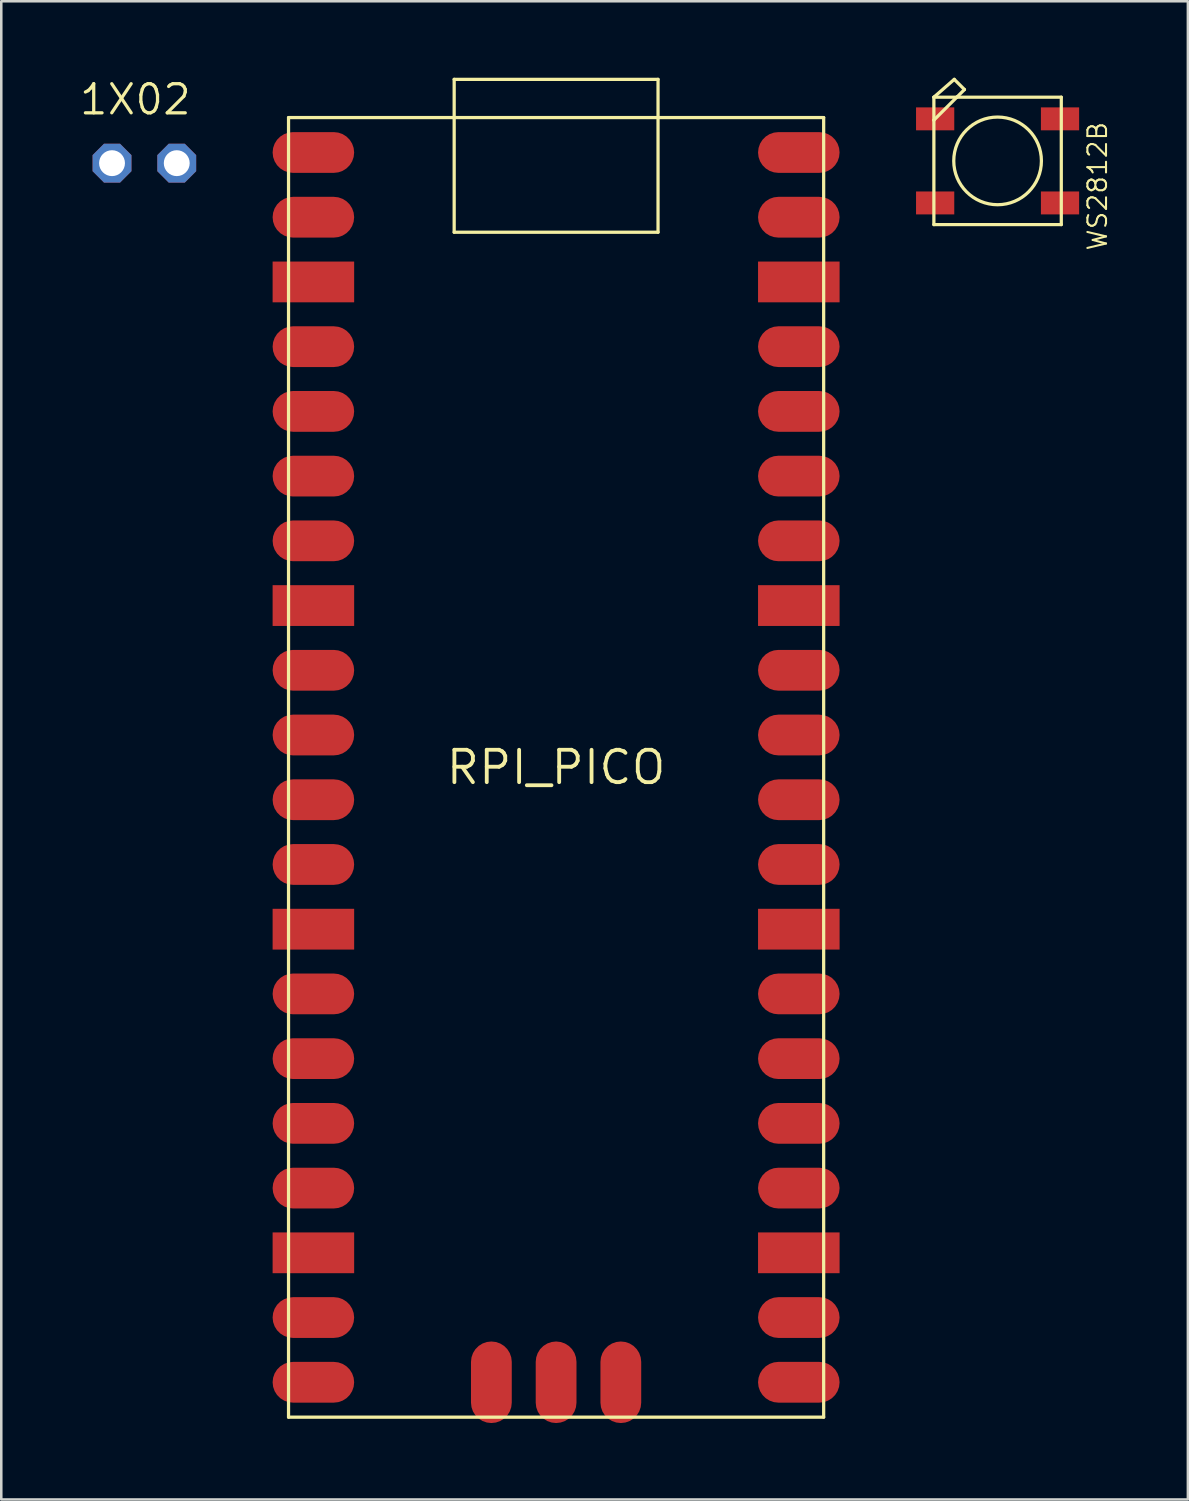
<source format=kicad_pcb>
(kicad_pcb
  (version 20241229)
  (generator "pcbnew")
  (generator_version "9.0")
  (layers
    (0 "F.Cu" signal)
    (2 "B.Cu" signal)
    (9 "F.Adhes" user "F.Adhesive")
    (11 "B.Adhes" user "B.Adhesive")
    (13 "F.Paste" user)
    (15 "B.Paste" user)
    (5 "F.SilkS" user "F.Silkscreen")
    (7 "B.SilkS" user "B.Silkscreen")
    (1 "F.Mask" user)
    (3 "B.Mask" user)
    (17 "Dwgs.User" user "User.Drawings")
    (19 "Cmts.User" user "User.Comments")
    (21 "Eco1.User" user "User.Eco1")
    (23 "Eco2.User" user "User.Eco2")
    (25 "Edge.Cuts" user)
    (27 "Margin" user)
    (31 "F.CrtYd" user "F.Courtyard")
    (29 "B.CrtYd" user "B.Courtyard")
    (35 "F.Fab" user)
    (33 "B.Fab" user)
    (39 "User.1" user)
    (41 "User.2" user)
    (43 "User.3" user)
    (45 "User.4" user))
  (footprint "RPI_PICO"
    (layer "F.Cu")
    (at 18.773 27.064)
    (property "Reference" "RPI_PICO" (at 0 0 0) (layer "F.SilkS") (effects (font (size 1.27 1.27) (thickness 0.15))))
    (fp_line (start -10.5 -25.5) (end -4 -25.5) (stroke (width 0.127) (type solid)) (layer "F.SilkS"))
    (fp_line (start -10.5 25.5) (end -10.5 -25.5) (stroke (width 0.127) (type solid)) (layer "F.SilkS"))
    (fp_line (start -4 -27) (end 4 -27) (stroke (width 0.127) (type solid)) (layer "F.SilkS"))
    (fp_line (start -4 -25.5) (end -4 -27) (stroke (width 0.127) (type solid)) (layer "F.SilkS"))
    (fp_line (start -4 -25.5) (end -4 -21) (stroke (width 0.127) (type solid)) (layer "F.SilkS"))
    (fp_line (start -4 -25.5) (end 4 -25.5) (stroke (width 0.127) (type solid)) (layer "F.SilkS"))
    (fp_line (start -4 -21) (end 4 -21) (stroke (width 0.127) (type solid)) (layer "F.SilkS"))
    (fp_line (start 4 -27) (end 4 -25.5) (stroke (width 0.127) (type solid)) (layer "F.SilkS"))
    (fp_line (start 4 -25.5) (end 10.5 -25.5) (stroke (width 0.127) (type solid)) (layer "F.SilkS"))
    (fp_line (start 4 -21) (end 4 -25.5) (stroke (width 0.127) (type solid)) (layer "F.SilkS"))
    (fp_line (start 10.5 -25.5) (end 10.5 25.5) (stroke (width 0.127) (type solid)) (layer "F.SilkS"))
    (fp_line (start 10.5 25.5) (end -10.5 25.5) (stroke (width 0.127) (type solid)) (layer "F.SilkS"))
    (pad "3V3" smd roundrect (at 9.525 -13.97 90) (size 1.6 3.2) (layers "F.Cu" "F.Mask" "F.Paste") (roundrect_rratio 0.5))
    (pad "3V3_EN" smd roundrect (at 9.525 -16.51 90) (size 1.6 3.2) (layers "F.Cu" "F.Mask" "F.Paste") (roundrect_rratio 0.5))
    (pad "ADC_VREF" smd roundrect (at 9.525 -11.43 90) (size 1.6 3.2) (layers "F.Cu" "F.Mask" "F.Paste") (roundrect_rratio 0.5))
    (pad "AGND" smd rect (at 9.525 -6.35 90) (size 1.6 3.2) (layers "F.Cu" "F.Mask" "F.Paste"))
    (pad "GND@1" smd rect (at -9.525 -19.05 90) (size 1.6 3.2) (layers "F.Cu" "F.Mask" "F.Paste"))
    (pad "GND@2" smd rect (at -9.525 -6.35 90) (size 1.6 3.2) (layers "F.Cu" "F.Mask" "F.Paste"))
    (pad "GND@3" smd rect (at -9.525 6.35 90) (size 1.6 3.2) (layers "F.Cu" "F.Mask" "F.Paste"))
    (pad "GND@4" smd rect (at -9.525 19.05 90) (size 1.6 3.2) (layers "F.Cu" "F.Mask" "F.Paste"))
    (pad "GND@5" smd roundrect (at 0 24.13) (size 1.6 3.2) (layers "F.Cu" "F.Mask" "F.Paste") (roundrect_rratio 0.5))
    (pad "GND@6" smd rect (at 9.525 19.05 90) (size 1.6 3.2) (layers "F.Cu" "F.Mask" "F.Paste"))
    (pad "GND@7" smd rect (at 9.525 6.35 90) (size 1.6 3.2) (layers "F.Cu" "F.Mask" "F.Paste"))
    (pad "GND@8" smd rect (at 9.525 -19.05 90) (size 1.6 3.2) (layers "F.Cu" "F.Mask" "F.Paste"))
    (pad "GP0" smd roundrect (at -9.525 -24.13 90) (size 1.6 3.2) (layers "F.Cu" "F.Mask" "F.Paste") (roundrect_rratio 0.5))
    (pad "GP1" smd roundrect (at -9.525 -21.59 90) (size 1.6 3.2) (layers "F.Cu" "F.Mask" "F.Paste") (roundrect_rratio 0.5))
    (pad "GP2" smd roundrect (at -9.525 -16.51 90) (size 1.6 3.2) (layers "F.Cu" "F.Mask" "F.Paste") (roundrect_rratio 0.5))
    (pad "GP3" smd roundrect (at -9.525 -13.97 90) (size 1.6 3.2) (layers "F.Cu" "F.Mask" "F.Paste") (roundrect_rratio 0.5))
    (pad "GP4" smd roundrect (at -9.525 -11.43 90) (size 1.6 3.2) (layers "F.Cu" "F.Mask" "F.Paste") (roundrect_rratio 0.5))
    (pad "GP5" smd roundrect (at -9.525 -8.89 90) (size 1.6 3.2) (layers "F.Cu" "F.Mask" "F.Paste") (roundrect_rratio 0.5))
    (pad "GP6" smd roundrect (at -9.525 -3.81 90) (size 1.6 3.2) (layers "F.Cu" "F.Mask" "F.Paste") (roundrect_rratio 0.5))
    (pad "GP7" smd roundrect (at -9.525 -1.27 90) (size 1.6 3.2) (layers "F.Cu" "F.Mask" "F.Paste") (roundrect_rratio 0.5))
    (pad "GP8" smd roundrect (at -9.525 1.27 90) (size 1.6 3.2) (layers "F.Cu" "F.Mask" "F.Paste") (roundrect_rratio 0.5))
    (pad "GP9" smd roundrect (at -9.525 3.81 90) (size 1.6 3.2) (layers "F.Cu" "F.Mask" "F.Paste") (roundrect_rratio 0.5))
    (pad "GP10" smd roundrect (at -9.525 8.89 90) (size 1.6 3.2) (layers "F.Cu" "F.Mask" "F.Paste") (roundrect_rratio 0.5))
    (pad "GP11" smd roundrect (at -9.525 11.43 90) (size 1.6 3.2) (layers "F.Cu" "F.Mask" "F.Paste") (roundrect_rratio 0.5))
    (pad "GP12" smd roundrect (at -9.525 13.97 90) (size 1.6 3.2) (layers "F.Cu" "F.Mask" "F.Paste") (roundrect_rratio 0.5))
    (pad "GP13" smd roundrect (at -9.525 16.51 90) (size 1.6 3.2) (layers "F.Cu" "F.Mask" "F.Paste") (roundrect_rratio 0.5))
    (pad "GP14" smd roundrect (at -9.525 21.59 90) (size 1.6 3.2) (layers "F.Cu" "F.Mask" "F.Paste") (roundrect_rratio 0.5))
    (pad "GP15" smd roundrect (at -9.525 24.13 90) (size 1.6 3.2) (layers "F.Cu" "F.Mask" "F.Paste") (roundrect_rratio 0.5))
    (pad "GP16" smd roundrect (at 9.525 24.13 90) (size 1.6 3.2) (layers "F.Cu" "F.Mask" "F.Paste") (roundrect_rratio 0.5))
    (pad "GP17" smd roundrect (at 9.525 21.59 90) (size 1.6 3.2) (layers "F.Cu" "F.Mask" "F.Paste") (roundrect_rratio 0.5))
    (pad "GP18" smd roundrect (at 9.525 16.51 90) (size 1.6 3.2) (layers "F.Cu" "F.Mask" "F.Paste") (roundrect_rratio 0.5))
    (pad "GP19" smd roundrect (at 9.525 13.97 90) (size 1.6 3.2) (layers "F.Cu" "F.Mask" "F.Paste") (roundrect_rratio 0.5))
    (pad "GP20" smd roundrect (at 9.525 11.43 90) (size 1.6 3.2) (layers "F.Cu" "F.Mask" "F.Paste") (roundrect_rratio 0.5))
    (pad "GP21" smd roundrect (at 9.525 8.89 90) (size 1.6 3.2) (layers "F.Cu" "F.Mask" "F.Paste") (roundrect_rratio 0.5))
    (pad "GP22" smd roundrect (at 9.525 3.81 90) (size 1.6 3.2) (layers "F.Cu" "F.Mask" "F.Paste") (roundrect_rratio 0.5))
    (pad "GP26_A0" smd roundrect (at 9.525 -1.27 90) (size 1.6 3.2) (layers "F.Cu" "F.Mask" "F.Paste") (roundrect_rratio 0.5))
    (pad "GP27_A1" smd roundrect (at 9.525 -3.81 90) (size 1.6 3.2) (layers "F.Cu" "F.Mask" "F.Paste") (roundrect_rratio 0.5))
    (pad "GP28_A2" smd roundrect (at 9.525 -8.89 90) (size 1.6 3.2) (layers "F.Cu" "F.Mask" "F.Paste") (roundrect_rratio 0.5))
    (pad "RUN" smd roundrect (at 9.525 1.27 90) (size 1.6 3.2) (layers "F.Cu" "F.Mask" "F.Paste") (roundrect_rratio 0.5))
    (pad "SWCLK" smd roundrect (at -2.54 24.13) (size 1.6 3.2) (layers "F.Cu" "F.Mask" "F.Paste") (roundrect_rratio 0.5))
    (pad "SWDIO" smd roundrect (at 2.54 24.13) (size 1.6 3.2) (layers "F.Cu" "F.Mask" "F.Paste") (roundrect_rratio 0.5))
    (pad "VBUS" smd roundrect (at 9.525 -24.13 90) (size 1.6 3.2) (layers "F.Cu" "F.Mask" "F.Paste") (roundrect_rratio 0.5))
    (pad "VSYS" smd roundrect (at 9.525 -21.59 90) (size 1.6 3.2) (layers "F.Cu" "F.Mask" "F.Paste") (roundrect_rratio 0.5)))
  (footprint "1X02"
    (layer "F.Cu")
    (at 2.616 3.353)
    (property "Reference" "1X02" (at -2.616 -1.829 0) (layer "F.SilkS") (effects (font (size 1.143 1.143) (thickness 0.127)) (justify left bottom)))
    (fp_poly (pts (xy -1.524 0.254) (xy -1.016 0.254) (xy -1.016 -0.254) (xy -1.524 -0.254)) (stroke (width 0.1) (type default)) (fill no) (layer "F.Fab"))
    (fp_poly (pts (xy 1.016 0.254) (xy 1.524 0.254) (xy 1.524 -0.254) (xy 1.016 -0.254)) (stroke (width 0.1) (type default)) (fill no) (layer "F.Fab"))
    (pad "1" thru_hole roundrect (at -1.27 0 90) (size 1.524 1.524) (drill 1.016) (layers "*.Cu" "*.Mask") (roundrect_rratio 0.25) (chamfer_ratio 0.293) (chamfer top_left top_right bottom_left bottom_right))
    (pad "2" thru_hole roundrect (at 1.27 0 90) (size 1.524 1.524) (drill 1.016) (layers "*.Cu" "*.Mask") (roundrect_rratio 0.25) (chamfer_ratio 0.293) (chamfer top_left top_right bottom_left bottom_right)))
  (footprint "WS2812B"
    (layer "F.Cu")
    (at 36.098 3.264)
    (property "Reference" "WS2812B" (at 3.493 -1.587 90) (layer "F.SilkS") (effects (font (size 0.732 0.732) (thickness 0.081)) (justify right top)))
    (fp_line (start -2.5 -2.5) (end -1.6 -2.5) (stroke (width 0.127) (type solid)) (layer "F.SilkS"))
    (fp_line (start -2.5 -1.6) (end -2.5 -2.5) (stroke (width 0.127) (type solid)) (layer "F.SilkS"))
    (fp_line (start -2.5 -1.6) (end -1.6 -2.5) (stroke (width 0.127) (type solid)) (layer "F.SilkS"))
    (fp_line (start -2.5 2.5) (end -2.5 -1.6) (stroke (width 0.127) (type solid)) (layer "F.SilkS"))
    (fp_line (start -1.7 -3.2) (end -2.5 -2.5) (stroke (width 0.127) (type solid)) (layer "F.SilkS"))
    (fp_line (start -1.6 -2.5) (end -1.3 -2.8) (stroke (width 0.127) (type solid)) (layer "F.SilkS"))
    (fp_line (start -1.6 -2.5) (end 2.5 -2.5) (stroke (width 0.127) (type solid)) (layer "F.SilkS"))
    (fp_line (start -1.3 -2.8) (end -1.7 -3.2) (stroke (width 0.127) (type solid)) (layer "F.SilkS"))
    (fp_line (start 2.5 -2.5) (end 2.5 2.5) (stroke (width 0.127) (type solid)) (layer "F.SilkS"))
    (fp_line (start 2.5 2.5) (end -2.5 2.5) (stroke (width 0.127) (type solid)) (layer "F.SilkS"))
    (fp_circle (center 0 0) (end 1.72 0) (stroke (width 0.127) (type solid)) (fill no) (layer "F.SilkS"))
    (pad "1-VDD" smd rect (at 2.45 1.65 180) (size 1.5 0.9) (layers "F.Cu" "F.Mask" "F.Paste"))
    (pad "2-DOUT" smd rect (at 2.45 -1.65 180) (size 1.5 0.9) (layers "F.Cu" "F.Mask" "F.Paste"))
    (pad "3-GND" smd rect (at -2.45 -1.65 180) (size 1.5 0.9) (layers "F.Cu" "F.Mask" "F.Paste"))
    (pad "4-DIN" smd rect (at -2.45 1.65 180) (size 1.5 0.9) (layers "F.Cu" "F.Mask" "F.Paste")))
  (gr_rect
    (start -3 -3)
    (end 43.566 55.794)
    (stroke (width 0.1) (type default))
    (fill no)
    (layer "Edge.Cuts")))
</source>
